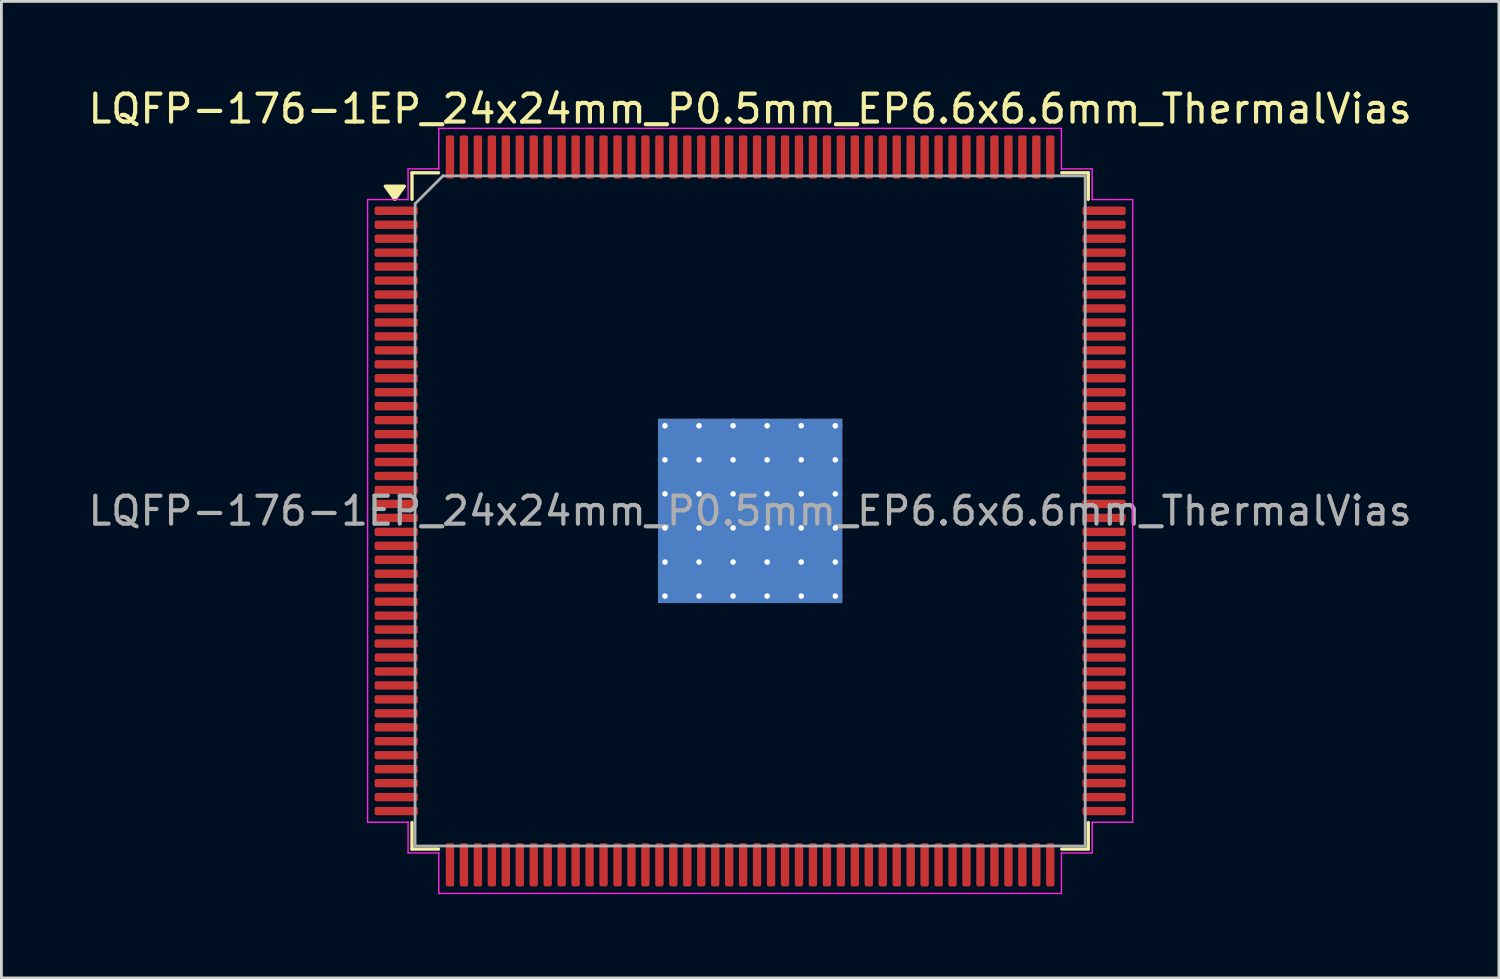
<source format=kicad_pcb>
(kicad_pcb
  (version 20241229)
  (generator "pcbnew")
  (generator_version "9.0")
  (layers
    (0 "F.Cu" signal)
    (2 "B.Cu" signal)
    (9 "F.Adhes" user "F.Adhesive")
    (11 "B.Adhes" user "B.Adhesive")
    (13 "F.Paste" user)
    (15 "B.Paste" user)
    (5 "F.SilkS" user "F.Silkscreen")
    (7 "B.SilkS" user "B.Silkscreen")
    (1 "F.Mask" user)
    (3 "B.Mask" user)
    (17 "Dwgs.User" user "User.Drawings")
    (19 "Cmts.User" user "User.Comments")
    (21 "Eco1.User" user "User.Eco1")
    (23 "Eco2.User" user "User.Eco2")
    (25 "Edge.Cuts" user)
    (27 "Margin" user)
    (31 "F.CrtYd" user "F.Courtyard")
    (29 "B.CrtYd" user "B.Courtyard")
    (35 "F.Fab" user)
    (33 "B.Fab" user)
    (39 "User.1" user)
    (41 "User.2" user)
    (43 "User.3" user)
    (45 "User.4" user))
  (footprint "LQFP-176-1EP_24x24mm_P0.5mm_EP6.6x6.6mm_ThermalVias"
    (layer "F.Cu")
    (at 23.815 15.248)
    (property "Reference" "LQFP-176-1EP_24x24mm_P0.5mm_EP6.6x6.6mm_ThermalVias" (at 0 -14.4 0) (layer "F.SilkS") (effects (font (size 1 1) (thickness 0.15))))
    (attr smd)
    (fp_line (start -12.11 -12.11) (end -12.11 -11.16) (stroke (width 0.12) (type solid)) (layer "F.SilkS"))
    (fp_line (start -12.11 12.11) (end -12.11 11.16) (stroke (width 0.12) (type solid)) (layer "F.SilkS"))
    (fp_line (start -11.16 -12.11) (end -12.11 -12.11) (stroke (width 0.12) (type solid)) (layer "F.SilkS"))
    (fp_line (start -11.16 12.11) (end -12.11 12.11) (stroke (width 0.12) (type solid)) (layer "F.SilkS"))
    (fp_line (start 11.16 -12.11) (end 12.11 -12.11) (stroke (width 0.12) (type solid)) (layer "F.SilkS"))
    (fp_line (start 11.16 12.11) (end 12.11 12.11) (stroke (width 0.12) (type solid)) (layer "F.SilkS"))
    (fp_line (start 12.11 -12.11) (end 12.11 -11.16) (stroke (width 0.12) (type solid)) (layer "F.SilkS"))
    (fp_line (start 12.11 12.11) (end 12.11 11.16) (stroke (width 0.12) (type solid)) (layer "F.SilkS"))
    (fp_poly (pts (xy -12.725 -11.16) (xy -13.065 -11.63) (xy -12.385 -11.63)) (stroke (width 0.12) (type solid)) (fill yes) (layer "F.SilkS"))
    (fp_line (start -13.7 -11.15) (end -12.25 -11.15) (stroke (width 0.05) (type solid)) (layer "F.CrtYd"))
    (fp_line (start -13.7 11.15) (end -13.7 -11.15) (stroke (width 0.05) (type solid)) (layer "F.CrtYd"))
    (fp_line (start -12.25 -12.25) (end -11.15 -12.25) (stroke (width 0.05) (type solid)) (layer "F.CrtYd"))
    (fp_line (start -12.25 -11.15) (end -12.25 -12.25) (stroke (width 0.05) (type solid)) (layer "F.CrtYd"))
    (fp_line (start -12.25 11.15) (end -13.7 11.15) (stroke (width 0.05) (type solid)) (layer "F.CrtYd"))
    (fp_line (start -12.25 12.25) (end -12.25 11.15) (stroke (width 0.05) (type solid)) (layer "F.CrtYd"))
    (fp_line (start -11.15 -13.7) (end 11.15 -13.7) (stroke (width 0.05) (type solid)) (layer "F.CrtYd"))
    (fp_line (start -11.15 -12.25) (end -11.15 -13.7) (stroke (width 0.05) (type solid)) (layer "F.CrtYd"))
    (fp_line (start -11.15 12.25) (end -12.25 12.25) (stroke (width 0.05) (type solid)) (layer "F.CrtYd"))
    (fp_line (start -11.15 13.7) (end -11.15 12.25) (stroke (width 0.05) (type solid)) (layer "F.CrtYd"))
    (fp_line (start 11.15 -13.7) (end 11.15 -12.25) (stroke (width 0.05) (type solid)) (layer "F.CrtYd"))
    (fp_line (start 11.15 -12.25) (end 12.25 -12.25) (stroke (width 0.05) (type solid)) (layer "F.CrtYd"))
    (fp_line (start 11.15 12.25) (end 11.15 13.7) (stroke (width 0.05) (type solid)) (layer "F.CrtYd"))
    (fp_line (start 11.15 13.7) (end -11.15 13.7) (stroke (width 0.05) (type solid)) (layer "F.CrtYd"))
    (fp_line (start 12.25 -12.25) (end 12.25 -11.15) (stroke (width 0.05) (type solid)) (layer "F.CrtYd"))
    (fp_line (start 12.25 -11.15) (end 13.7 -11.15) (stroke (width 0.05) (type solid)) (layer "F.CrtYd"))
    (fp_line (start 12.25 11.15) (end 12.25 12.25) (stroke (width 0.05) (type solid)) (layer "F.CrtYd"))
    (fp_line (start 12.25 12.25) (end 11.15 12.25) (stroke (width 0.05) (type solid)) (layer "F.CrtYd"))
    (fp_line (start 13.7 -11.15) (end 13.7 11.15) (stroke (width 0.05) (type solid)) (layer "F.CrtYd"))
    (fp_line (start 13.7 11.15) (end 12.25 11.15) (stroke (width 0.05) (type solid)) (layer "F.CrtYd"))
    (fp_line (start -12 -11) (end -11 -12) (stroke (width 0.1) (type solid)) (layer "F.Fab"))
    (fp_line (start -12 12) (end -12 -11) (stroke (width 0.1) (type solid)) (layer "F.Fab"))
    (fp_line (start -11 -12) (end 12 -12) (stroke (width 0.1) (type solid)) (layer "F.Fab"))
    (fp_line (start 12 -12) (end 12 12) (stroke (width 0.1) (type solid)) (layer "F.Fab"))
    (fp_line (start 12 12) (end -12 12) (stroke (width 0.1) (type solid)) (layer "F.Fab"))
    (fp_text user "${REFERENCE}" (at 0 0 0) (layer "F.Fab") (effects (font (size 1 1) (thickness 0.15))))
    (pad "" smd roundrect (at -2.64 -2.64) (size 1.06 1.06) (layers "F.Paste") (roundrect_rratio 0.236))
    (pad "" smd roundrect (at -2.64 -1.32) (size 1.06 1.06) (layers "F.Paste") (roundrect_rratio 0.236))
    (pad "" smd roundrect (at -2.64 0) (size 1.06 1.06) (layers "F.Paste") (roundrect_rratio 0.236))
    (pad "" smd roundrect (at -2.64 1.32) (size 1.06 1.06) (layers "F.Paste") (roundrect_rratio 0.236))
    (pad "" smd roundrect (at -2.64 2.64) (size 1.06 1.06) (layers "F.Paste") (roundrect_rratio 0.236))
    (pad "" smd roundrect (at -1.32 -2.64) (size 1.06 1.06) (layers "F.Paste") (roundrect_rratio 0.236))
    (pad "" smd roundrect (at -1.32 -1.32) (size 1.06 1.06) (layers "F.Paste") (roundrect_rratio 0.236))
    (pad "" smd roundrect (at -1.32 0) (size 1.06 1.06) (layers "F.Paste") (roundrect_rratio 0.236))
    (pad "" smd roundrect (at -1.32 1.32) (size 1.06 1.06) (layers "F.Paste") (roundrect_rratio 0.236))
    (pad "" smd roundrect (at -1.32 2.64) (size 1.06 1.06) (layers "F.Paste") (roundrect_rratio 0.236))
    (pad "" smd roundrect (at 0 -2.64) (size 1.06 1.06) (layers "F.Paste") (roundrect_rratio 0.236))
    (pad "" smd roundrect (at 0 -1.32) (size 1.06 1.06) (layers "F.Paste") (roundrect_rratio 0.236))
    (pad "" smd roundrect (at 0 0) (size 1.06 1.06) (layers "F.Paste") (roundrect_rratio 0.236))
    (pad "" smd roundrect (at 0 1.32) (size 1.06 1.06) (layers "F.Paste") (roundrect_rratio 0.236))
    (pad "" smd roundrect (at 0 2.64) (size 1.06 1.06) (layers "F.Paste") (roundrect_rratio 0.236))
    (pad "" smd roundrect (at 1.32 -2.64) (size 1.06 1.06) (layers "F.Paste") (roundrect_rratio 0.236))
    (pad "" smd roundrect (at 1.32 -1.32) (size 1.06 1.06) (layers "F.Paste") (roundrect_rratio 0.236))
    (pad "" smd roundrect (at 1.32 0) (size 1.06 1.06) (layers "F.Paste") (roundrect_rratio 0.236))
    (pad "" smd roundrect (at 1.32 1.32) (size 1.06 1.06) (layers "F.Paste") (roundrect_rratio 0.236))
    (pad "" smd roundrect (at 1.32 2.64) (size 1.06 1.06) (layers "F.Paste") (roundrect_rratio 0.236))
    (pad "" smd roundrect (at 2.64 -2.64) (size 1.06 1.06) (layers "F.Paste") (roundrect_rratio 0.236))
    (pad "" smd roundrect (at 2.64 -1.32) (size 1.06 1.06) (layers "F.Paste") (roundrect_rratio 0.236))
    (pad "" smd roundrect (at 2.64 0) (size 1.06 1.06) (layers "F.Paste") (roundrect_rratio 0.236))
    (pad "" smd roundrect (at 2.64 1.32) (size 1.06 1.06) (layers "F.Paste") (roundrect_rratio 0.236))
    (pad "" smd roundrect (at 2.64 2.64) (size 1.06 1.06) (layers "F.Paste") (roundrect_rratio 0.236))
    (pad "1" smd roundrect (at -12.675 -10.75) (size 1.55 0.3) (layers "F.Cu" "F.Mask" "F.Paste") (roundrect_rratio 0.25))
    (pad "2" smd roundrect (at -12.675 -10.25) (size 1.55 0.3) (layers "F.Cu" "F.Mask" "F.Paste") (roundrect_rratio 0.25))
    (pad "3" smd roundrect (at -12.675 -9.75) (size 1.55 0.3) (layers "F.Cu" "F.Mask" "F.Paste") (roundrect_rratio 0.25))
    (pad "4" smd roundrect (at -12.675 -9.25) (size 1.55 0.3) (layers "F.Cu" "F.Mask" "F.Paste") (roundrect_rratio 0.25))
    (pad "5" smd roundrect (at -12.675 -8.75) (size 1.55 0.3) (layers "F.Cu" "F.Mask" "F.Paste") (roundrect_rratio 0.25))
    (pad "6" smd roundrect (at -12.675 -8.25) (size 1.55 0.3) (layers "F.Cu" "F.Mask" "F.Paste") (roundrect_rratio 0.25))
    (pad "7" smd roundrect (at -12.675 -7.75) (size 1.55 0.3) (layers "F.Cu" "F.Mask" "F.Paste") (roundrect_rratio 0.25))
    (pad "8" smd roundrect (at -12.675 -7.25) (size 1.55 0.3) (layers "F.Cu" "F.Mask" "F.Paste") (roundrect_rratio 0.25))
    (pad "9" smd roundrect (at -12.675 -6.75) (size 1.55 0.3) (layers "F.Cu" "F.Mask" "F.Paste") (roundrect_rratio 0.25))
    (pad "10" smd roundrect (at -12.675 -6.25) (size 1.55 0.3) (layers "F.Cu" "F.Mask" "F.Paste") (roundrect_rratio 0.25))
    (pad "11" smd roundrect (at -12.675 -5.75) (size 1.55 0.3) (layers "F.Cu" "F.Mask" "F.Paste") (roundrect_rratio 0.25))
    (pad "12" smd roundrect (at -12.675 -5.25) (size 1.55 0.3) (layers "F.Cu" "F.Mask" "F.Paste") (roundrect_rratio 0.25))
    (pad "13" smd roundrect (at -12.675 -4.75) (size 1.55 0.3) (layers "F.Cu" "F.Mask" "F.Paste") (roundrect_rratio 0.25))
    (pad "14" smd roundrect (at -12.675 -4.25) (size 1.55 0.3) (layers "F.Cu" "F.Mask" "F.Paste") (roundrect_rratio 0.25))
    (pad "15" smd roundrect (at -12.675 -3.75) (size 1.55 0.3) (layers "F.Cu" "F.Mask" "F.Paste") (roundrect_rratio 0.25))
    (pad "16" smd roundrect (at -12.675 -3.25) (size 1.55 0.3) (layers "F.Cu" "F.Mask" "F.Paste") (roundrect_rratio 0.25))
    (pad "17" smd roundrect (at -12.675 -2.75) (size 1.55 0.3) (layers "F.Cu" "F.Mask" "F.Paste") (roundrect_rratio 0.25))
    (pad "18" smd roundrect (at -12.675 -2.25) (size 1.55 0.3) (layers "F.Cu" "F.Mask" "F.Paste") (roundrect_rratio 0.25))
    (pad "19" smd roundrect (at -12.675 -1.75) (size 1.55 0.3) (layers "F.Cu" "F.Mask" "F.Paste") (roundrect_rratio 0.25))
    (pad "20" smd roundrect (at -12.675 -1.25) (size 1.55 0.3) (layers "F.Cu" "F.Mask" "F.Paste") (roundrect_rratio 0.25))
    (pad "21" smd roundrect (at -12.675 -0.75) (size 1.55 0.3) (layers "F.Cu" "F.Mask" "F.Paste") (roundrect_rratio 0.25))
    (pad "22" smd roundrect (at -12.675 -0.25) (size 1.55 0.3) (layers "F.Cu" "F.Mask" "F.Paste") (roundrect_rratio 0.25))
    (pad "23" smd roundrect (at -12.675 0.25) (size 1.55 0.3) (layers "F.Cu" "F.Mask" "F.Paste") (roundrect_rratio 0.25))
    (pad "24" smd roundrect (at -12.675 0.75) (size 1.55 0.3) (layers "F.Cu" "F.Mask" "F.Paste") (roundrect_rratio 0.25))
    (pad "25" smd roundrect (at -12.675 1.25) (size 1.55 0.3) (layers "F.Cu" "F.Mask" "F.Paste") (roundrect_rratio 0.25))
    (pad "26" smd roundrect (at -12.675 1.75) (size 1.55 0.3) (layers "F.Cu" "F.Mask" "F.Paste") (roundrect_rratio 0.25))
    (pad "27" smd roundrect (at -12.675 2.25) (size 1.55 0.3) (layers "F.Cu" "F.Mask" "F.Paste") (roundrect_rratio 0.25))
    (pad "28" smd roundrect (at -12.675 2.75) (size 1.55 0.3) (layers "F.Cu" "F.Mask" "F.Paste") (roundrect_rratio 0.25))
    (pad "29" smd roundrect (at -12.675 3.25) (size 1.55 0.3) (layers "F.Cu" "F.Mask" "F.Paste") (roundrect_rratio 0.25))
    (pad "30" smd roundrect (at -12.675 3.75) (size 1.55 0.3) (layers "F.Cu" "F.Mask" "F.Paste") (roundrect_rratio 0.25))
    (pad "31" smd roundrect (at -12.675 4.25) (size 1.55 0.3) (layers "F.Cu" "F.Mask" "F.Paste") (roundrect_rratio 0.25))
    (pad "32" smd roundrect (at -12.675 4.75) (size 1.55 0.3) (layers "F.Cu" "F.Mask" "F.Paste") (roundrect_rratio 0.25))
    (pad "33" smd roundrect (at -12.675 5.25) (size 1.55 0.3) (layers "F.Cu" "F.Mask" "F.Paste") (roundrect_rratio 0.25))
    (pad "34" smd roundrect (at -12.675 5.75) (size 1.55 0.3) (layers "F.Cu" "F.Mask" "F.Paste") (roundrect_rratio 0.25))
    (pad "35" smd roundrect (at -12.675 6.25) (size 1.55 0.3) (layers "F.Cu" "F.Mask" "F.Paste") (roundrect_rratio 0.25))
    (pad "36" smd roundrect (at -12.675 6.75) (size 1.55 0.3) (layers "F.Cu" "F.Mask" "F.Paste") (roundrect_rratio 0.25))
    (pad "37" smd roundrect (at -12.675 7.25) (size 1.55 0.3) (layers "F.Cu" "F.Mask" "F.Paste") (roundrect_rratio 0.25))
    (pad "38" smd roundrect (at -12.675 7.75) (size 1.55 0.3) (layers "F.Cu" "F.Mask" "F.Paste") (roundrect_rratio 0.25))
    (pad "39" smd roundrect (at -12.675 8.25) (size 1.55 0.3) (layers "F.Cu" "F.Mask" "F.Paste") (roundrect_rratio 0.25))
    (pad "40" smd roundrect (at -12.675 8.75) (size 1.55 0.3) (layers "F.Cu" "F.Mask" "F.Paste") (roundrect_rratio 0.25))
    (pad "41" smd roundrect (at -12.675 9.25) (size 1.55 0.3) (layers "F.Cu" "F.Mask" "F.Paste") (roundrect_rratio 0.25))
    (pad "42" smd roundrect (at -12.675 9.75) (size 1.55 0.3) (layers "F.Cu" "F.Mask" "F.Paste") (roundrect_rratio 0.25))
    (pad "43" smd roundrect (at -12.675 10.25) (size 1.55 0.3) (layers "F.Cu" "F.Mask" "F.Paste") (roundrect_rratio 0.25))
    (pad "44" smd roundrect (at -12.675 10.75) (size 1.55 0.3) (layers "F.Cu" "F.Mask" "F.Paste") (roundrect_rratio 0.25))
    (pad "45" smd roundrect (at -10.75 12.675) (size 0.3 1.55) (layers "F.Cu" "F.Mask" "F.Paste") (roundrect_rratio 0.25))
    (pad "46" smd roundrect (at -10.25 12.675) (size 0.3 1.55) (layers "F.Cu" "F.Mask" "F.Paste") (roundrect_rratio 0.25))
    (pad "47" smd roundrect (at -9.75 12.675) (size 0.3 1.55) (layers "F.Cu" "F.Mask" "F.Paste") (roundrect_rratio 0.25))
    (pad "48" smd roundrect (at -9.25 12.675) (size 0.3 1.55) (layers "F.Cu" "F.Mask" "F.Paste") (roundrect_rratio 0.25))
    (pad "49" smd roundrect (at -8.75 12.675) (size 0.3 1.55) (layers "F.Cu" "F.Mask" "F.Paste") (roundrect_rratio 0.25))
    (pad "50" smd roundrect (at -8.25 12.675) (size 0.3 1.55) (layers "F.Cu" "F.Mask" "F.Paste") (roundrect_rratio 0.25))
    (pad "51" smd roundrect (at -7.75 12.675) (size 0.3 1.55) (layers "F.Cu" "F.Mask" "F.Paste") (roundrect_rratio 0.25))
    (pad "52" smd roundrect (at -7.25 12.675) (size 0.3 1.55) (layers "F.Cu" "F.Mask" "F.Paste") (roundrect_rratio 0.25))
    (pad "53" smd roundrect (at -6.75 12.675) (size 0.3 1.55) (layers "F.Cu" "F.Mask" "F.Paste") (roundrect_rratio 0.25))
    (pad "54" smd roundrect (at -6.25 12.675) (size 0.3 1.55) (layers "F.Cu" "F.Mask" "F.Paste") (roundrect_rratio 0.25))
    (pad "55" smd roundrect (at -5.75 12.675) (size 0.3 1.55) (layers "F.Cu" "F.Mask" "F.Paste") (roundrect_rratio 0.25))
    (pad "56" smd roundrect (at -5.25 12.675) (size 0.3 1.55) (layers "F.Cu" "F.Mask" "F.Paste") (roundrect_rratio 0.25))
    (pad "57" smd roundrect (at -4.75 12.675) (size 0.3 1.55) (layers "F.Cu" "F.Mask" "F.Paste") (roundrect_rratio 0.25))
    (pad "58" smd roundrect (at -4.25 12.675) (size 0.3 1.55) (layers "F.Cu" "F.Mask" "F.Paste") (roundrect_rratio 0.25))
    (pad "59" smd roundrect (at -3.75 12.675) (size 0.3 1.55) (layers "F.Cu" "F.Mask" "F.Paste") (roundrect_rratio 0.25))
    (pad "60" smd roundrect (at -3.25 12.675) (size 0.3 1.55) (layers "F.Cu" "F.Mask" "F.Paste") (roundrect_rratio 0.25))
    (pad "61" smd roundrect (at -2.75 12.675) (size 0.3 1.55) (layers "F.Cu" "F.Mask" "F.Paste") (roundrect_rratio 0.25))
    (pad "62" smd roundrect (at -2.25 12.675) (size 0.3 1.55) (layers "F.Cu" "F.Mask" "F.Paste") (roundrect_rratio 0.25))
    (pad "63" smd roundrect (at -1.75 12.675) (size 0.3 1.55) (layers "F.Cu" "F.Mask" "F.Paste") (roundrect_rratio 0.25))
    (pad "64" smd roundrect (at -1.25 12.675) (size 0.3 1.55) (layers "F.Cu" "F.Mask" "F.Paste") (roundrect_rratio 0.25))
    (pad "65" smd roundrect (at -0.75 12.675) (size 0.3 1.55) (layers "F.Cu" "F.Mask" "F.Paste") (roundrect_rratio 0.25))
    (pad "66" smd roundrect (at -0.25 12.675) (size 0.3 1.55) (layers "F.Cu" "F.Mask" "F.Paste") (roundrect_rratio 0.25))
    (pad "67" smd roundrect (at 0.25 12.675) (size 0.3 1.55) (layers "F.Cu" "F.Mask" "F.Paste") (roundrect_rratio 0.25))
    (pad "68" smd roundrect (at 0.75 12.675) (size 0.3 1.55) (layers "F.Cu" "F.Mask" "F.Paste") (roundrect_rratio 0.25))
    (pad "69" smd roundrect (at 1.25 12.675) (size 0.3 1.55) (layers "F.Cu" "F.Mask" "F.Paste") (roundrect_rratio 0.25))
    (pad "70" smd roundrect (at 1.75 12.675) (size 0.3 1.55) (layers "F.Cu" "F.Mask" "F.Paste") (roundrect_rratio 0.25))
    (pad "71" smd roundrect (at 2.25 12.675) (size 0.3 1.55) (layers "F.Cu" "F.Mask" "F.Paste") (roundrect_rratio 0.25))
    (pad "72" smd roundrect (at 2.75 12.675) (size 0.3 1.55) (layers "F.Cu" "F.Mask" "F.Paste") (roundrect_rratio 0.25))
    (pad "73" smd roundrect (at 3.25 12.675) (size 0.3 1.55) (layers "F.Cu" "F.Mask" "F.Paste") (roundrect_rratio 0.25))
    (pad "74" smd roundrect (at 3.75 12.675) (size 0.3 1.55) (layers "F.Cu" "F.Mask" "F.Paste") (roundrect_rratio 0.25))
    (pad "75" smd roundrect (at 4.25 12.675) (size 0.3 1.55) (layers "F.Cu" "F.Mask" "F.Paste") (roundrect_rratio 0.25))
    (pad "76" smd roundrect (at 4.75 12.675) (size 0.3 1.55) (layers "F.Cu" "F.Mask" "F.Paste") (roundrect_rratio 0.25))
    (pad "77" smd roundrect (at 5.25 12.675) (size 0.3 1.55) (layers "F.Cu" "F.Mask" "F.Paste") (roundrect_rratio 0.25))
    (pad "78" smd roundrect (at 5.75 12.675) (size 0.3 1.55) (layers "F.Cu" "F.Mask" "F.Paste") (roundrect_rratio 0.25))
    (pad "79" smd roundrect (at 6.25 12.675) (size 0.3 1.55) (layers "F.Cu" "F.Mask" "F.Paste") (roundrect_rratio 0.25))
    (pad "80" smd roundrect (at 6.75 12.675) (size 0.3 1.55) (layers "F.Cu" "F.Mask" "F.Paste") (roundrect_rratio 0.25))
    (pad "81" smd roundrect (at 7.25 12.675) (size 0.3 1.55) (layers "F.Cu" "F.Mask" "F.Paste") (roundrect_rratio 0.25))
    (pad "82" smd roundrect (at 7.75 12.675) (size 0.3 1.55) (layers "F.Cu" "F.Mask" "F.Paste") (roundrect_rratio 0.25))
    (pad "83" smd roundrect (at 8.25 12.675) (size 0.3 1.55) (layers "F.Cu" "F.Mask" "F.Paste") (roundrect_rratio 0.25))
    (pad "84" smd roundrect (at 8.75 12.675) (size 0.3 1.55) (layers "F.Cu" "F.Mask" "F.Paste") (roundrect_rratio 0.25))
    (pad "85" smd roundrect (at 9.25 12.675) (size 0.3 1.55) (layers "F.Cu" "F.Mask" "F.Paste") (roundrect_rratio 0.25))
    (pad "86" smd roundrect (at 9.75 12.675) (size 0.3 1.55) (layers "F.Cu" "F.Mask" "F.Paste") (roundrect_rratio 0.25))
    (pad "87" smd roundrect (at 10.25 12.675) (size 0.3 1.55) (layers "F.Cu" "F.Mask" "F.Paste") (roundrect_rratio 0.25))
    (pad "88" smd roundrect (at 10.75 12.675) (size 0.3 1.55) (layers "F.Cu" "F.Mask" "F.Paste") (roundrect_rratio 0.25))
    (pad "89" smd roundrect (at 12.675 10.75) (size 1.55 0.3) (layers "F.Cu" "F.Mask" "F.Paste") (roundrect_rratio 0.25))
    (pad "90" smd roundrect (at 12.675 10.25) (size 1.55 0.3) (layers "F.Cu" "F.Mask" "F.Paste") (roundrect_rratio 0.25))
    (pad "91" smd roundrect (at 12.675 9.75) (size 1.55 0.3) (layers "F.Cu" "F.Mask" "F.Paste") (roundrect_rratio 0.25))
    (pad "92" smd roundrect (at 12.675 9.25) (size 1.55 0.3) (layers "F.Cu" "F.Mask" "F.Paste") (roundrect_rratio 0.25))
    (pad "93" smd roundrect (at 12.675 8.75) (size 1.55 0.3) (layers "F.Cu" "F.Mask" "F.Paste") (roundrect_rratio 0.25))
    (pad "94" smd roundrect (at 12.675 8.25) (size 1.55 0.3) (layers "F.Cu" "F.Mask" "F.Paste") (roundrect_rratio 0.25))
    (pad "95" smd roundrect (at 12.675 7.75) (size 1.55 0.3) (layers "F.Cu" "F.Mask" "F.Paste") (roundrect_rratio 0.25))
    (pad "96" smd roundrect (at 12.675 7.25) (size 1.55 0.3) (layers "F.Cu" "F.Mask" "F.Paste") (roundrect_rratio 0.25))
    (pad "97" smd roundrect (at 12.675 6.75) (size 1.55 0.3) (layers "F.Cu" "F.Mask" "F.Paste") (roundrect_rratio 0.25))
    (pad "98" smd roundrect (at 12.675 6.25) (size 1.55 0.3) (layers "F.Cu" "F.Mask" "F.Paste") (roundrect_rratio 0.25))
    (pad "99" smd roundrect (at 12.675 5.75) (size 1.55 0.3) (layers "F.Cu" "F.Mask" "F.Paste") (roundrect_rratio 0.25))
    (pad "100" smd roundrect (at 12.675 5.25) (size 1.55 0.3) (layers "F.Cu" "F.Mask" "F.Paste") (roundrect_rratio 0.25))
    (pad "101" smd roundrect (at 12.675 4.75) (size 1.55 0.3) (layers "F.Cu" "F.Mask" "F.Paste") (roundrect_rratio 0.25))
    (pad "102" smd roundrect (at 12.675 4.25) (size 1.55 0.3) (layers "F.Cu" "F.Mask" "F.Paste") (roundrect_rratio 0.25))
    (pad "103" smd roundrect (at 12.675 3.75) (size 1.55 0.3) (layers "F.Cu" "F.Mask" "F.Paste") (roundrect_rratio 0.25))
    (pad "104" smd roundrect (at 12.675 3.25) (size 1.55 0.3) (layers "F.Cu" "F.Mask" "F.Paste") (roundrect_rratio 0.25))
    (pad "105" smd roundrect (at 12.675 2.75) (size 1.55 0.3) (layers "F.Cu" "F.Mask" "F.Paste") (roundrect_rratio 0.25))
    (pad "106" smd roundrect (at 12.675 2.25) (size 1.55 0.3) (layers "F.Cu" "F.Mask" "F.Paste") (roundrect_rratio 0.25))
    (pad "107" smd roundrect (at 12.675 1.75) (size 1.55 0.3) (layers "F.Cu" "F.Mask" "F.Paste") (roundrect_rratio 0.25))
    (pad "108" smd roundrect (at 12.675 1.25) (size 1.55 0.3) (layers "F.Cu" "F.Mask" "F.Paste") (roundrect_rratio 0.25))
    (pad "109" smd roundrect (at 12.675 0.75) (size 1.55 0.3) (layers "F.Cu" "F.Mask" "F.Paste") (roundrect_rratio 0.25))
    (pad "110" smd roundrect (at 12.675 0.25) (size 1.55 0.3) (layers "F.Cu" "F.Mask" "F.Paste") (roundrect_rratio 0.25))
    (pad "111" smd roundrect (at 12.675 -0.25) (size 1.55 0.3) (layers "F.Cu" "F.Mask" "F.Paste") (roundrect_rratio 0.25))
    (pad "112" smd roundrect (at 12.675 -0.75) (size 1.55 0.3) (layers "F.Cu" "F.Mask" "F.Paste") (roundrect_rratio 0.25))
    (pad "113" smd roundrect (at 12.675 -1.25) (size 1.55 0.3) (layers "F.Cu" "F.Mask" "F.Paste") (roundrect_rratio 0.25))
    (pad "114" smd roundrect (at 12.675 -1.75) (size 1.55 0.3) (layers "F.Cu" "F.Mask" "F.Paste") (roundrect_rratio 0.25))
    (pad "115" smd roundrect (at 12.675 -2.25) (size 1.55 0.3) (layers "F.Cu" "F.Mask" "F.Paste") (roundrect_rratio 0.25))
    (pad "116" smd roundrect (at 12.675 -2.75) (size 1.55 0.3) (layers "F.Cu" "F.Mask" "F.Paste") (roundrect_rratio 0.25))
    (pad "117" smd roundrect (at 12.675 -3.25) (size 1.55 0.3) (layers "F.Cu" "F.Mask" "F.Paste") (roundrect_rratio 0.25))
    (pad "118" smd roundrect (at 12.675 -3.75) (size 1.55 0.3) (layers "F.Cu" "F.Mask" "F.Paste") (roundrect_rratio 0.25))
    (pad "119" smd roundrect (at 12.675 -4.25) (size 1.55 0.3) (layers "F.Cu" "F.Mask" "F.Paste") (roundrect_rratio 0.25))
    (pad "120" smd roundrect (at 12.675 -4.75) (size 1.55 0.3) (layers "F.Cu" "F.Mask" "F.Paste") (roundrect_rratio 0.25))
    (pad "121" smd roundrect (at 12.675 -5.25) (size 1.55 0.3) (layers "F.Cu" "F.Mask" "F.Paste") (roundrect_rratio 0.25))
    (pad "122" smd roundrect (at 12.675 -5.75) (size 1.55 0.3) (layers "F.Cu" "F.Mask" "F.Paste") (roundrect_rratio 0.25))
    (pad "123" smd roundrect (at 12.675 -6.25) (size 1.55 0.3) (layers "F.Cu" "F.Mask" "F.Paste") (roundrect_rratio 0.25))
    (pad "124" smd roundrect (at 12.675 -6.75) (size 1.55 0.3) (layers "F.Cu" "F.Mask" "F.Paste") (roundrect_rratio 0.25))
    (pad "125" smd roundrect (at 12.675 -7.25) (size 1.55 0.3) (layers "F.Cu" "F.Mask" "F.Paste") (roundrect_rratio 0.25))
    (pad "126" smd roundrect (at 12.675 -7.75) (size 1.55 0.3) (layers "F.Cu" "F.Mask" "F.Paste") (roundrect_rratio 0.25))
    (pad "127" smd roundrect (at 12.675 -8.25) (size 1.55 0.3) (layers "F.Cu" "F.Mask" "F.Paste") (roundrect_rratio 0.25))
    (pad "128" smd roundrect (at 12.675 -8.75) (size 1.55 0.3) (layers "F.Cu" "F.Mask" "F.Paste") (roundrect_rratio 0.25))
    (pad "129" smd roundrect (at 12.675 -9.25) (size 1.55 0.3) (layers "F.Cu" "F.Mask" "F.Paste") (roundrect_rratio 0.25))
    (pad "130" smd roundrect (at 12.675 -9.75) (size 1.55 0.3) (layers "F.Cu" "F.Mask" "F.Paste") (roundrect_rratio 0.25))
    (pad "131" smd roundrect (at 12.675 -10.25) (size 1.55 0.3) (layers "F.Cu" "F.Mask" "F.Paste") (roundrect_rratio 0.25))
    (pad "132" smd roundrect (at 12.675 -10.75) (size 1.55 0.3) (layers "F.Cu" "F.Mask" "F.Paste") (roundrect_rratio 0.25))
    (pad "133" smd roundrect (at 10.75 -12.675) (size 0.3 1.55) (layers "F.Cu" "F.Mask" "F.Paste") (roundrect_rratio 0.25))
    (pad "134" smd roundrect (at 10.25 -12.675) (size 0.3 1.55) (layers "F.Cu" "F.Mask" "F.Paste") (roundrect_rratio 0.25))
    (pad "135" smd roundrect (at 9.75 -12.675) (size 0.3 1.55) (layers "F.Cu" "F.Mask" "F.Paste") (roundrect_rratio 0.25))
    (pad "136" smd roundrect (at 9.25 -12.675) (size 0.3 1.55) (layers "F.Cu" "F.Mask" "F.Paste") (roundrect_rratio 0.25))
    (pad "137" smd roundrect (at 8.75 -12.675) (size 0.3 1.55) (layers "F.Cu" "F.Mask" "F.Paste") (roundrect_rratio 0.25))
    (pad "138" smd roundrect (at 8.25 -12.675) (size 0.3 1.55) (layers "F.Cu" "F.Mask" "F.Paste") (roundrect_rratio 0.25))
    (pad "139" smd roundrect (at 7.75 -12.675) (size 0.3 1.55) (layers "F.Cu" "F.Mask" "F.Paste") (roundrect_rratio 0.25))
    (pad "140" smd roundrect (at 7.25 -12.675) (size 0.3 1.55) (layers "F.Cu" "F.Mask" "F.Paste") (roundrect_rratio 0.25))
    (pad "141" smd roundrect (at 6.75 -12.675) (size 0.3 1.55) (layers "F.Cu" "F.Mask" "F.Paste") (roundrect_rratio 0.25))
    (pad "142" smd roundrect (at 6.25 -12.675) (size 0.3 1.55) (layers "F.Cu" "F.Mask" "F.Paste") (roundrect_rratio 0.25))
    (pad "143" smd roundrect (at 5.75 -12.675) (size 0.3 1.55) (layers "F.Cu" "F.Mask" "F.Paste") (roundrect_rratio 0.25))
    (pad "144" smd roundrect (at 5.25 -12.675) (size 0.3 1.55) (layers "F.Cu" "F.Mask" "F.Paste") (roundrect_rratio 0.25))
    (pad "145" smd roundrect (at 4.75 -12.675) (size 0.3 1.55) (layers "F.Cu" "F.Mask" "F.Paste") (roundrect_rratio 0.25))
    (pad "146" smd roundrect (at 4.25 -12.675) (size 0.3 1.55) (layers "F.Cu" "F.Mask" "F.Paste") (roundrect_rratio 0.25))
    (pad "147" smd roundrect (at 3.75 -12.675) (size 0.3 1.55) (layers "F.Cu" "F.Mask" "F.Paste") (roundrect_rratio 0.25))
    (pad "148" smd roundrect (at 3.25 -12.675) (size 0.3 1.55) (layers "F.Cu" "F.Mask" "F.Paste") (roundrect_rratio 0.25))
    (pad "149" smd roundrect (at 2.75 -12.675) (size 0.3 1.55) (layers "F.Cu" "F.Mask" "F.Paste") (roundrect_rratio 0.25))
    (pad "150" smd roundrect (at 2.25 -12.675) (size 0.3 1.55) (layers "F.Cu" "F.Mask" "F.Paste") (roundrect_rratio 0.25))
    (pad "151" smd roundrect (at 1.75 -12.675) (size 0.3 1.55) (layers "F.Cu" "F.Mask" "F.Paste") (roundrect_rratio 0.25))
    (pad "152" smd roundrect (at 1.25 -12.675) (size 0.3 1.55) (layers "F.Cu" "F.Mask" "F.Paste") (roundrect_rratio 0.25))
    (pad "153" smd roundrect (at 0.75 -12.675) (size 0.3 1.55) (layers "F.Cu" "F.Mask" "F.Paste") (roundrect_rratio 0.25))
    (pad "154" smd roundrect (at 0.25 -12.675) (size 0.3 1.55) (layers "F.Cu" "F.Mask" "F.Paste") (roundrect_rratio 0.25))
    (pad "155" smd roundrect (at -0.25 -12.675) (size 0.3 1.55) (layers "F.Cu" "F.Mask" "F.Paste") (roundrect_rratio 0.25))
    (pad "156" smd roundrect (at -0.75 -12.675) (size 0.3 1.55) (layers "F.Cu" "F.Mask" "F.Paste") (roundrect_rratio 0.25))
    (pad "157" smd roundrect (at -1.25 -12.675) (size 0.3 1.55) (layers "F.Cu" "F.Mask" "F.Paste") (roundrect_rratio 0.25))
    (pad "158" smd roundrect (at -1.75 -12.675) (size 0.3 1.55) (layers "F.Cu" "F.Mask" "F.Paste") (roundrect_rratio 0.25))
    (pad "159" smd roundrect (at -2.25 -12.675) (size 0.3 1.55) (layers "F.Cu" "F.Mask" "F.Paste") (roundrect_rratio 0.25))
    (pad "160" smd roundrect (at -2.75 -12.675) (size 0.3 1.55) (layers "F.Cu" "F.Mask" "F.Paste") (roundrect_rratio 0.25))
    (pad "161" smd roundrect (at -3.25 -12.675) (size 0.3 1.55) (layers "F.Cu" "F.Mask" "F.Paste") (roundrect_rratio 0.25))
    (pad "162" smd roundrect (at -3.75 -12.675) (size 0.3 1.55) (layers "F.Cu" "F.Mask" "F.Paste") (roundrect_rratio 0.25))
    (pad "163" smd roundrect (at -4.25 -12.675) (size 0.3 1.55) (layers "F.Cu" "F.Mask" "F.Paste") (roundrect_rratio 0.25))
    (pad "164" smd roundrect (at -4.75 -12.675) (size 0.3 1.55) (layers "F.Cu" "F.Mask" "F.Paste") (roundrect_rratio 0.25))
    (pad "165" smd roundrect (at -5.25 -12.675) (size 0.3 1.55) (layers "F.Cu" "F.Mask" "F.Paste") (roundrect_rratio 0.25))
    (pad "166" smd roundrect (at -5.75 -12.675) (size 0.3 1.55) (layers "F.Cu" "F.Mask" "F.Paste") (roundrect_rratio 0.25))
    (pad "167" smd roundrect (at -6.25 -12.675) (size 0.3 1.55) (layers "F.Cu" "F.Mask" "F.Paste") (roundrect_rratio 0.25))
    (pad "168" smd roundrect (at -6.75 -12.675) (size 0.3 1.55) (layers "F.Cu" "F.Mask" "F.Paste") (roundrect_rratio 0.25))
    (pad "169" smd roundrect (at -7.25 -12.675) (size 0.3 1.55) (layers "F.Cu" "F.Mask" "F.Paste") (roundrect_rratio 0.25))
    (pad "170" smd roundrect (at -7.75 -12.675) (size 0.3 1.55) (layers "F.Cu" "F.Mask" "F.Paste") (roundrect_rratio 0.25))
    (pad "171" smd roundrect (at -8.25 -12.675) (size 0.3 1.55) (layers "F.Cu" "F.Mask" "F.Paste") (roundrect_rratio 0.25))
    (pad "172" smd roundrect (at -8.75 -12.675) (size 0.3 1.55) (layers "F.Cu" "F.Mask" "F.Paste") (roundrect_rratio 0.25))
    (pad "173" smd roundrect (at -9.25 -12.675) (size 0.3 1.55) (layers "F.Cu" "F.Mask" "F.Paste") (roundrect_rratio 0.25))
    (pad "174" smd roundrect (at -9.75 -12.675) (size 0.3 1.55) (layers "F.Cu" "F.Mask" "F.Paste") (roundrect_rratio 0.25))
    (pad "175" smd roundrect (at -10.25 -12.675) (size 0.3 1.55) (layers "F.Cu" "F.Mask" "F.Paste") (roundrect_rratio 0.25))
    (pad "176" smd roundrect (at -10.75 -12.675) (size 0.3 1.55) (layers "F.Cu" "F.Mask" "F.Paste") (roundrect_rratio 0.25))
    (pad "177" thru_hole circle (at -3.05 -3.05) (size 0.5 0.5) (drill 0.2) (property pad_prop_heatsink) (layers "*.Cu"))
    (pad "177" thru_hole circle (at -3.05 -1.83) (size 0.5 0.5) (drill 0.2) (property pad_prop_heatsink) (layers "*.Cu"))
    (pad "177" thru_hole circle (at -3.05 -0.61) (size 0.5 0.5) (drill 0.2) (property pad_prop_heatsink) (layers "*.Cu"))
    (pad "177" thru_hole circle (at -3.05 0.61) (size 0.5 0.5) (drill 0.2) (property pad_prop_heatsink) (layers "*.Cu"))
    (pad "177" thru_hole circle (at -3.05 1.83) (size 0.5 0.5) (drill 0.2) (property pad_prop_heatsink) (layers "*.Cu"))
    (pad "177" thru_hole circle (at -3.05 3.05) (size 0.5 0.5) (drill 0.2) (property pad_prop_heatsink) (layers "*.Cu"))
    (pad "177" thru_hole circle (at -1.83 -3.05) (size 0.5 0.5) (drill 0.2) (property pad_prop_heatsink) (layers "*.Cu"))
    (pad "177" thru_hole circle (at -1.83 -1.83) (size 0.5 0.5) (drill 0.2) (property pad_prop_heatsink) (layers "*.Cu"))
    (pad "177" thru_hole circle (at -1.83 -0.61) (size 0.5 0.5) (drill 0.2) (property pad_prop_heatsink) (layers "*.Cu"))
    (pad "177" thru_hole circle (at -1.83 0.61) (size 0.5 0.5) (drill 0.2) (property pad_prop_heatsink) (layers "*.Cu"))
    (pad "177" thru_hole circle (at -1.83 1.83) (size 0.5 0.5) (drill 0.2) (property pad_prop_heatsink) (layers "*.Cu"))
    (pad "177" thru_hole circle (at -1.83 3.05) (size 0.5 0.5) (drill 0.2) (property pad_prop_heatsink) (layers "*.Cu"))
    (pad "177" thru_hole circle (at -0.61 -3.05) (size 0.5 0.5) (drill 0.2) (property pad_prop_heatsink) (layers "*.Cu"))
    (pad "177" thru_hole circle (at -0.61 -1.83) (size 0.5 0.5) (drill 0.2) (property pad_prop_heatsink) (layers "*.Cu"))
    (pad "177" thru_hole circle (at -0.61 -0.61) (size 0.5 0.5) (drill 0.2) (property pad_prop_heatsink) (layers "*.Cu"))
    (pad "177" thru_hole circle (at -0.61 0.61) (size 0.5 0.5) (drill 0.2) (property pad_prop_heatsink) (layers "*.Cu"))
    (pad "177" thru_hole circle (at -0.61 1.83) (size 0.5 0.5) (drill 0.2) (property pad_prop_heatsink) (layers "*.Cu"))
    (pad "177" thru_hole circle (at -0.61 3.05) (size 0.5 0.5) (drill 0.2) (property pad_prop_heatsink) (layers "*.Cu"))
    (pad "177" smd rect (at 0 0) (size 6.6 6.6) (property pad_prop_heatsink) (layers "F.Cu" "F.Mask"))
    (pad "177" smd rect (at 0 0) (size 6.6 6.6) (property pad_prop_heatsink) (layers "B.Cu"))
    (pad "177" thru_hole circle (at 0.61 -3.05) (size 0.5 0.5) (drill 0.2) (property pad_prop_heatsink) (layers "*.Cu"))
    (pad "177" thru_hole circle (at 0.61 -1.83) (size 0.5 0.5) (drill 0.2) (property pad_prop_heatsink) (layers "*.Cu"))
    (pad "177" thru_hole circle (at 0.61 -0.61) (size 0.5 0.5) (drill 0.2) (property pad_prop_heatsink) (layers "*.Cu"))
    (pad "177" thru_hole circle (at 0.61 0.61) (size 0.5 0.5) (drill 0.2) (property pad_prop_heatsink) (layers "*.Cu"))
    (pad "177" thru_hole circle (at 0.61 1.83) (size 0.5 0.5) (drill 0.2) (property pad_prop_heatsink) (layers "*.Cu"))
    (pad "177" thru_hole circle (at 0.61 3.05) (size 0.5 0.5) (drill 0.2) (property pad_prop_heatsink) (layers "*.Cu"))
    (pad "177" thru_hole circle (at 1.83 -3.05) (size 0.5 0.5) (drill 0.2) (property pad_prop_heatsink) (layers "*.Cu"))
    (pad "177" thru_hole circle (at 1.83 -1.83) (size 0.5 0.5) (drill 0.2) (property pad_prop_heatsink) (layers "*.Cu"))
    (pad "177" thru_hole circle (at 1.83 -0.61) (size 0.5 0.5) (drill 0.2) (property pad_prop_heatsink) (layers "*.Cu"))
    (pad "177" thru_hole circle (at 1.83 0.61) (size 0.5 0.5) (drill 0.2) (property pad_prop_heatsink) (layers "*.Cu"))
    (pad "177" thru_hole circle (at 1.83 1.83) (size 0.5 0.5) (drill 0.2) (property pad_prop_heatsink) (layers "*.Cu"))
    (pad "177" thru_hole circle (at 1.83 3.05) (size 0.5 0.5) (drill 0.2) (property pad_prop_heatsink) (layers "*.Cu"))
    (pad "177" thru_hole circle (at 3.05 -3.05) (size 0.5 0.5) (drill 0.2) (property pad_prop_heatsink) (layers "*.Cu"))
    (pad "177" thru_hole circle (at 3.05 -1.83) (size 0.5 0.5) (drill 0.2) (property pad_prop_heatsink) (layers "*.Cu"))
    (pad "177" thru_hole circle (at 3.05 -0.61) (size 0.5 0.5) (drill 0.2) (property pad_prop_heatsink) (layers "*.Cu"))
    (pad "177" thru_hole circle (at 3.05 0.61) (size 0.5 0.5) (drill 0.2) (property pad_prop_heatsink) (layers "*.Cu"))
    (pad "177" thru_hole circle (at 3.05 1.83) (size 0.5 0.5) (drill 0.2) (property pad_prop_heatsink) (layers "*.Cu"))
    (pad "177" thru_hole circle (at 3.05 3.05) (size 0.5 0.5) (drill 0.2) (property pad_prop_heatsink) (layers "*.Cu")))
  (gr_rect
    (start -3 -3)
    (end 50.631 31.973)
    (stroke (width 0.1) (type default))
    (fill no)
    (layer "Edge.Cuts")))
</source>
